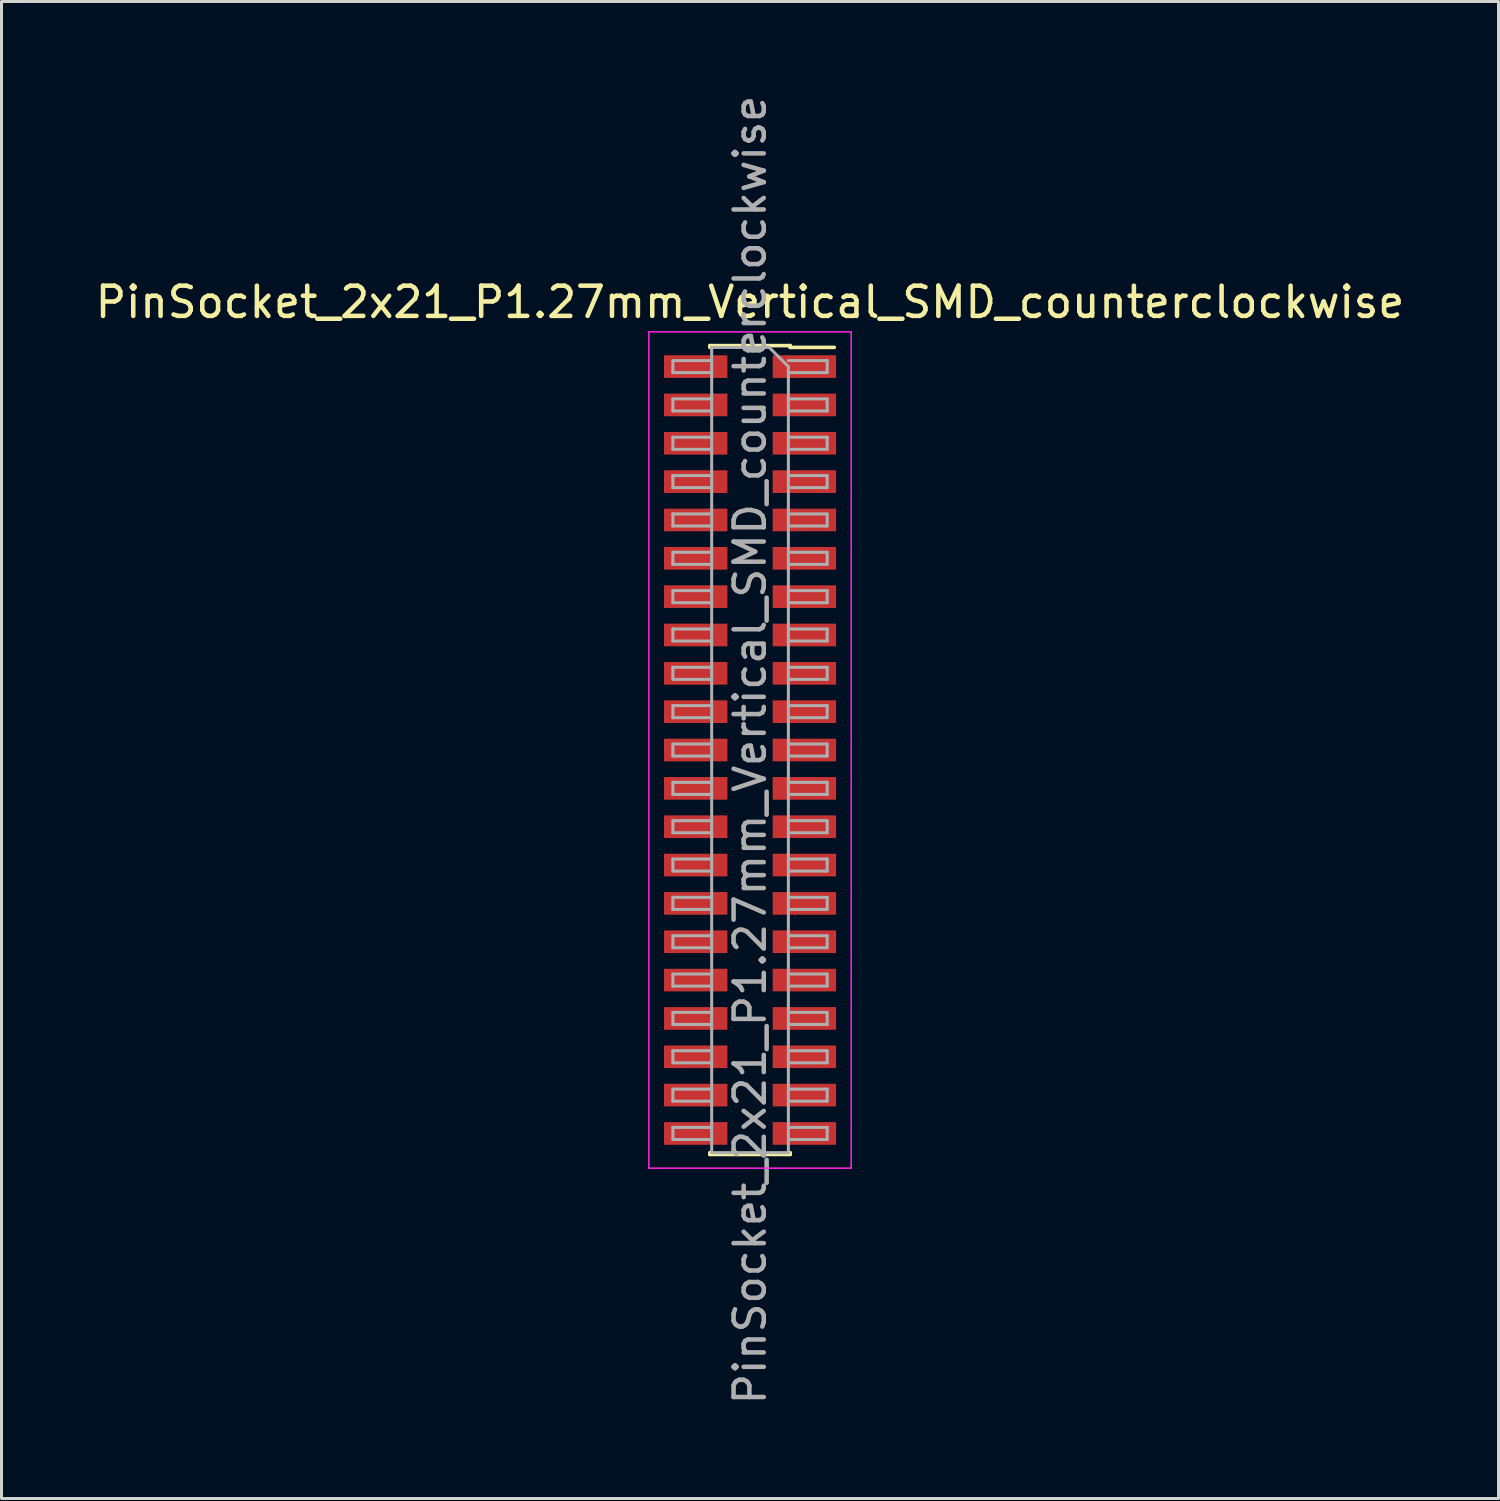
<source format=kicad_pcb>
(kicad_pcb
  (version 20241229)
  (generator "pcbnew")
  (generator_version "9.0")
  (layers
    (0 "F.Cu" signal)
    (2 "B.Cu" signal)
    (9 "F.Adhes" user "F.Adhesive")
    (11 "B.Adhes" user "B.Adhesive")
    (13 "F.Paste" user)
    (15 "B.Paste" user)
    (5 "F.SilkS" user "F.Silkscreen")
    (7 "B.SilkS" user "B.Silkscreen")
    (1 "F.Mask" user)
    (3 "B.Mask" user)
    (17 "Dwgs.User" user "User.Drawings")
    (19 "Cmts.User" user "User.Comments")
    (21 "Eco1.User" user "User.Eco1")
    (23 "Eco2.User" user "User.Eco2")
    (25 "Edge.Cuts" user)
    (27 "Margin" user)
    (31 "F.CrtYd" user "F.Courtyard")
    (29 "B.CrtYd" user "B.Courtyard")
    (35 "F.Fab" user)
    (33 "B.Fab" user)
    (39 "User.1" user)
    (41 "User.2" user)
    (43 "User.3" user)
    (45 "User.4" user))
  (footprint "PinSocket_2x21_P1.27mm_Vertical_SMD_counterclockwise"
    (layer "F.Cu")
    (at 21.792 21.792)
    (property "Reference" "PinSocket_2x21_P1.27mm_Vertical_SMD_counterclockwise" (at 0 -14.835 0) (layer "F.SilkS") (effects (font (size 1 1) (thickness 0.15))))
    (attr smd)
    (fp_line (start -1.33 -13.395) (end -1.33 -13.335) (stroke (width 0.12) (type solid)) (layer "F.SilkS"))
    (fp_line (start -1.33 -13.395) (end 1.33 -13.395) (stroke (width 0.12) (type solid)) (layer "F.SilkS"))
    (fp_line (start -1.33 13.335) (end -1.33 13.395) (stroke (width 0.12) (type solid)) (layer "F.SilkS"))
    (fp_line (start -1.33 13.395) (end 1.33 13.395) (stroke (width 0.12) (type solid)) (layer "F.SilkS"))
    (fp_line (start 1.33 -13.395) (end 1.33 -13.335) (stroke (width 0.12) (type solid)) (layer "F.SilkS"))
    (fp_line (start 1.33 -13.335) (end 2.79 -13.335) (stroke (width 0.12) (type solid)) (layer "F.SilkS"))
    (fp_line (start 1.33 13.335) (end 1.33 13.395) (stroke (width 0.12) (type solid)) (layer "F.SilkS"))
    (fp_line (start -3.35 -13.85) (end 3.35 -13.85) (stroke (width 0.05) (type solid)) (layer "F.CrtYd"))
    (fp_line (start -3.35 13.85) (end -3.35 -13.85) (stroke (width 0.05) (type solid)) (layer "F.CrtYd"))
    (fp_line (start 3.35 -13.85) (end 3.35 13.85) (stroke (width 0.05) (type solid)) (layer "F.CrtYd"))
    (fp_line (start 3.35 13.85) (end -3.35 13.85) (stroke (width 0.05) (type solid)) (layer "F.CrtYd"))
    (fp_line (start -2.555 -12.9) (end -1.27 -12.9) (stroke (width 0.1) (type solid)) (layer "F.Fab"))
    (fp_line (start -2.555 -12.5) (end -2.555 -12.9) (stroke (width 0.1) (type solid)) (layer "F.Fab"))
    (fp_line (start -2.555 -11.63) (end -1.27 -11.63) (stroke (width 0.1) (type solid)) (layer "F.Fab"))
    (fp_line (start -2.555 -11.23) (end -2.555 -11.63) (stroke (width 0.1) (type solid)) (layer "F.Fab"))
    (fp_line (start -2.555 -10.36) (end -1.27 -10.36) (stroke (width 0.1) (type solid)) (layer "F.Fab"))
    (fp_line (start -2.555 -9.96) (end -2.555 -10.36) (stroke (width 0.1) (type solid)) (layer "F.Fab"))
    (fp_line (start -2.555 -9.09) (end -1.27 -9.09) (stroke (width 0.1) (type solid)) (layer "F.Fab"))
    (fp_line (start -2.555 -8.69) (end -2.555 -9.09) (stroke (width 0.1) (type solid)) (layer "F.Fab"))
    (fp_line (start -2.555 -7.82) (end -1.27 -7.82) (stroke (width 0.1) (type solid)) (layer "F.Fab"))
    (fp_line (start -2.555 -7.42) (end -2.555 -7.82) (stroke (width 0.1) (type solid)) (layer "F.Fab"))
    (fp_line (start -2.555 -6.55) (end -1.27 -6.55) (stroke (width 0.1) (type solid)) (layer "F.Fab"))
    (fp_line (start -2.555 -6.15) (end -2.555 -6.55) (stroke (width 0.1) (type solid)) (layer "F.Fab"))
    (fp_line (start -2.555 -5.28) (end -1.27 -5.28) (stroke (width 0.1) (type solid)) (layer "F.Fab"))
    (fp_line (start -2.555 -4.88) (end -2.555 -5.28) (stroke (width 0.1) (type solid)) (layer "F.Fab"))
    (fp_line (start -2.555 -4.01) (end -1.27 -4.01) (stroke (width 0.1) (type solid)) (layer "F.Fab"))
    (fp_line (start -2.555 -3.61) (end -2.555 -4.01) (stroke (width 0.1) (type solid)) (layer "F.Fab"))
    (fp_line (start -2.555 -2.74) (end -1.27 -2.74) (stroke (width 0.1) (type solid)) (layer "F.Fab"))
    (fp_line (start -2.555 -2.34) (end -2.555 -2.74) (stroke (width 0.1) (type solid)) (layer "F.Fab"))
    (fp_line (start -2.555 -1.47) (end -1.27 -1.47) (stroke (width 0.1) (type solid)) (layer "F.Fab"))
    (fp_line (start -2.555 -1.07) (end -2.555 -1.47) (stroke (width 0.1) (type solid)) (layer "F.Fab"))
    (fp_line (start -2.555 -0.2) (end -1.27 -0.2) (stroke (width 0.1) (type solid)) (layer "F.Fab"))
    (fp_line (start -2.555 0.2) (end -2.555 -0.2) (stroke (width 0.1) (type solid)) (layer "F.Fab"))
    (fp_line (start -2.555 1.07) (end -1.27 1.07) (stroke (width 0.1) (type solid)) (layer "F.Fab"))
    (fp_line (start -2.555 1.47) (end -2.555 1.07) (stroke (width 0.1) (type solid)) (layer "F.Fab"))
    (fp_line (start -2.555 2.34) (end -1.27 2.34) (stroke (width 0.1) (type solid)) (layer "F.Fab"))
    (fp_line (start -2.555 2.74) (end -2.555 2.34) (stroke (width 0.1) (type solid)) (layer "F.Fab"))
    (fp_line (start -2.555 3.61) (end -1.27 3.61) (stroke (width 0.1) (type solid)) (layer "F.Fab"))
    (fp_line (start -2.555 4.01) (end -2.555 3.61) (stroke (width 0.1) (type solid)) (layer "F.Fab"))
    (fp_line (start -2.555 4.88) (end -1.27 4.88) (stroke (width 0.1) (type solid)) (layer "F.Fab"))
    (fp_line (start -2.555 5.28) (end -2.555 4.88) (stroke (width 0.1) (type solid)) (layer "F.Fab"))
    (fp_line (start -2.555 6.15) (end -1.27 6.15) (stroke (width 0.1) (type solid)) (layer "F.Fab"))
    (fp_line (start -2.555 6.55) (end -2.555 6.15) (stroke (width 0.1) (type solid)) (layer "F.Fab"))
    (fp_line (start -2.555 7.42) (end -1.27 7.42) (stroke (width 0.1) (type solid)) (layer "F.Fab"))
    (fp_line (start -2.555 7.82) (end -2.555 7.42) (stroke (width 0.1) (type solid)) (layer "F.Fab"))
    (fp_line (start -2.555 8.69) (end -1.27 8.69) (stroke (width 0.1) (type solid)) (layer "F.Fab"))
    (fp_line (start -2.555 9.09) (end -2.555 8.69) (stroke (width 0.1) (type solid)) (layer "F.Fab"))
    (fp_line (start -2.555 9.96) (end -1.27 9.96) (stroke (width 0.1) (type solid)) (layer "F.Fab"))
    (fp_line (start -2.555 10.36) (end -2.555 9.96) (stroke (width 0.1) (type solid)) (layer "F.Fab"))
    (fp_line (start -2.555 11.23) (end -1.27 11.23) (stroke (width 0.1) (type solid)) (layer "F.Fab"))
    (fp_line (start -2.555 11.63) (end -2.555 11.23) (stroke (width 0.1) (type solid)) (layer "F.Fab"))
    (fp_line (start -2.555 12.5) (end -1.27 12.5) (stroke (width 0.1) (type solid)) (layer "F.Fab"))
    (fp_line (start -2.555 12.9) (end -2.555 12.5) (stroke (width 0.1) (type solid)) (layer "F.Fab"))
    (fp_line (start -1.27 -13.335) (end 0.635 -13.335) (stroke (width 0.1) (type solid)) (layer "F.Fab"))
    (fp_line (start -1.27 -12.5) (end -2.555 -12.5) (stroke (width 0.1) (type solid)) (layer "F.Fab"))
    (fp_line (start -1.27 -11.23) (end -2.555 -11.23) (stroke (width 0.1) (type solid)) (layer "F.Fab"))
    (fp_line (start -1.27 -9.96) (end -2.555 -9.96) (stroke (width 0.1) (type solid)) (layer "F.Fab"))
    (fp_line (start -1.27 -8.69) (end -2.555 -8.69) (stroke (width 0.1) (type solid)) (layer "F.Fab"))
    (fp_line (start -1.27 -7.42) (end -2.555 -7.42) (stroke (width 0.1) (type solid)) (layer "F.Fab"))
    (fp_line (start -1.27 -6.15) (end -2.555 -6.15) (stroke (width 0.1) (type solid)) (layer "F.Fab"))
    (fp_line (start -1.27 -4.88) (end -2.555 -4.88) (stroke (width 0.1) (type solid)) (layer "F.Fab"))
    (fp_line (start -1.27 -3.61) (end -2.555 -3.61) (stroke (width 0.1) (type solid)) (layer "F.Fab"))
    (fp_line (start -1.27 -2.34) (end -2.555 -2.34) (stroke (width 0.1) (type solid)) (layer "F.Fab"))
    (fp_line (start -1.27 -1.07) (end -2.555 -1.07) (stroke (width 0.1) (type solid)) (layer "F.Fab"))
    (fp_line (start -1.27 0.2) (end -2.555 0.2) (stroke (width 0.1) (type solid)) (layer "F.Fab"))
    (fp_line (start -1.27 1.47) (end -2.555 1.47) (stroke (width 0.1) (type solid)) (layer "F.Fab"))
    (fp_line (start -1.27 2.74) (end -2.555 2.74) (stroke (width 0.1) (type solid)) (layer "F.Fab"))
    (fp_line (start -1.27 4.01) (end -2.555 4.01) (stroke (width 0.1) (type solid)) (layer "F.Fab"))
    (fp_line (start -1.27 5.28) (end -2.555 5.28) (stroke (width 0.1) (type solid)) (layer "F.Fab"))
    (fp_line (start -1.27 6.55) (end -2.555 6.55) (stroke (width 0.1) (type solid)) (layer "F.Fab"))
    (fp_line (start -1.27 7.82) (end -2.555 7.82) (stroke (width 0.1) (type solid)) (layer "F.Fab"))
    (fp_line (start -1.27 9.09) (end -2.555 9.09) (stroke (width 0.1) (type solid)) (layer "F.Fab"))
    (fp_line (start -1.27 10.36) (end -2.555 10.36) (stroke (width 0.1) (type solid)) (layer "F.Fab"))
    (fp_line (start -1.27 11.63) (end -2.555 11.63) (stroke (width 0.1) (type solid)) (layer "F.Fab"))
    (fp_line (start -1.27 12.9) (end -2.555 12.9) (stroke (width 0.1) (type solid)) (layer "F.Fab"))
    (fp_line (start -1.27 13.335) (end -1.27 -13.335) (stroke (width 0.1) (type solid)) (layer "F.Fab"))
    (fp_line (start 0.635 -13.335) (end 1.27 -12.7) (stroke (width 0.1) (type solid)) (layer "F.Fab"))
    (fp_line (start 1.27 -12.9) (end 2.555 -12.9) (stroke (width 0.1) (type solid)) (layer "F.Fab"))
    (fp_line (start 1.27 -12.7) (end 1.27 13.335) (stroke (width 0.1) (type solid)) (layer "F.Fab"))
    (fp_line (start 1.27 -11.63) (end 2.555 -11.63) (stroke (width 0.1) (type solid)) (layer "F.Fab"))
    (fp_line (start 1.27 -10.36) (end 2.555 -10.36) (stroke (width 0.1) (type solid)) (layer "F.Fab"))
    (fp_line (start 1.27 -9.09) (end 2.555 -9.09) (stroke (width 0.1) (type solid)) (layer "F.Fab"))
    (fp_line (start 1.27 -7.82) (end 2.555 -7.82) (stroke (width 0.1) (type solid)) (layer "F.Fab"))
    (fp_line (start 1.27 -6.55) (end 2.555 -6.55) (stroke (width 0.1) (type solid)) (layer "F.Fab"))
    (fp_line (start 1.27 -5.28) (end 2.555 -5.28) (stroke (width 0.1) (type solid)) (layer "F.Fab"))
    (fp_line (start 1.27 -4.01) (end 2.555 -4.01) (stroke (width 0.1) (type solid)) (layer "F.Fab"))
    (fp_line (start 1.27 -2.74) (end 2.555 -2.74) (stroke (width 0.1) (type solid)) (layer "F.Fab"))
    (fp_line (start 1.27 -1.47) (end 2.555 -1.47) (stroke (width 0.1) (type solid)) (layer "F.Fab"))
    (fp_line (start 1.27 -0.2) (end 2.555 -0.2) (stroke (width 0.1) (type solid)) (layer "F.Fab"))
    (fp_line (start 1.27 1.07) (end 2.555 1.07) (stroke (width 0.1) (type solid)) (layer "F.Fab"))
    (fp_line (start 1.27 2.34) (end 2.555 2.34) (stroke (width 0.1) (type solid)) (layer "F.Fab"))
    (fp_line (start 1.27 3.61) (end 2.555 3.61) (stroke (width 0.1) (type solid)) (layer "F.Fab"))
    (fp_line (start 1.27 4.88) (end 2.555 4.88) (stroke (width 0.1) (type solid)) (layer "F.Fab"))
    (fp_line (start 1.27 6.15) (end 2.555 6.15) (stroke (width 0.1) (type solid)) (layer "F.Fab"))
    (fp_line (start 1.27 7.42) (end 2.555 7.42) (stroke (width 0.1) (type solid)) (layer "F.Fab"))
    (fp_line (start 1.27 8.69) (end 2.555 8.69) (stroke (width 0.1) (type solid)) (layer "F.Fab"))
    (fp_line (start 1.27 9.96) (end 2.555 9.96) (stroke (width 0.1) (type solid)) (layer "F.Fab"))
    (fp_line (start 1.27 11.23) (end 2.555 11.23) (stroke (width 0.1) (type solid)) (layer "F.Fab"))
    (fp_line (start 1.27 12.5) (end 2.555 12.5) (stroke (width 0.1) (type solid)) (layer "F.Fab"))
    (fp_line (start 1.27 13.335) (end -1.27 13.335) (stroke (width 0.1) (type solid)) (layer "F.Fab"))
    (fp_line (start 2.555 -12.9) (end 2.555 -12.5) (stroke (width 0.1) (type solid)) (layer "F.Fab"))
    (fp_line (start 2.555 -12.5) (end 1.27 -12.5) (stroke (width 0.1) (type solid)) (layer "F.Fab"))
    (fp_line (start 2.555 -11.63) (end 2.555 -11.23) (stroke (width 0.1) (type solid)) (layer "F.Fab"))
    (fp_line (start 2.555 -11.23) (end 1.27 -11.23) (stroke (width 0.1) (type solid)) (layer "F.Fab"))
    (fp_line (start 2.555 -10.36) (end 2.555 -9.96) (stroke (width 0.1) (type solid)) (layer "F.Fab"))
    (fp_line (start 2.555 -9.96) (end 1.27 -9.96) (stroke (width 0.1) (type solid)) (layer "F.Fab"))
    (fp_line (start 2.555 -9.09) (end 2.555 -8.69) (stroke (width 0.1) (type solid)) (layer "F.Fab"))
    (fp_line (start 2.555 -8.69) (end 1.27 -8.69) (stroke (width 0.1) (type solid)) (layer "F.Fab"))
    (fp_line (start 2.555 -7.82) (end 2.555 -7.42) (stroke (width 0.1) (type solid)) (layer "F.Fab"))
    (fp_line (start 2.555 -7.42) (end 1.27 -7.42) (stroke (width 0.1) (type solid)) (layer "F.Fab"))
    (fp_line (start 2.555 -6.55) (end 2.555 -6.15) (stroke (width 0.1) (type solid)) (layer "F.Fab"))
    (fp_line (start 2.555 -6.15) (end 1.27 -6.15) (stroke (width 0.1) (type solid)) (layer "F.Fab"))
    (fp_line (start 2.555 -5.28) (end 2.555 -4.88) (stroke (width 0.1) (type solid)) (layer "F.Fab"))
    (fp_line (start 2.555 -4.88) (end 1.27 -4.88) (stroke (width 0.1) (type solid)) (layer "F.Fab"))
    (fp_line (start 2.555 -4.01) (end 2.555 -3.61) (stroke (width 0.1) (type solid)) (layer "F.Fab"))
    (fp_line (start 2.555 -3.61) (end 1.27 -3.61) (stroke (width 0.1) (type solid)) (layer "F.Fab"))
    (fp_line (start 2.555 -2.74) (end 2.555 -2.34) (stroke (width 0.1) (type solid)) (layer "F.Fab"))
    (fp_line (start 2.555 -2.34) (end 1.27 -2.34) (stroke (width 0.1) (type solid)) (layer "F.Fab"))
    (fp_line (start 2.555 -1.47) (end 2.555 -1.07) (stroke (width 0.1) (type solid)) (layer "F.Fab"))
    (fp_line (start 2.555 -1.07) (end 1.27 -1.07) (stroke (width 0.1) (type solid)) (layer "F.Fab"))
    (fp_line (start 2.555 -0.2) (end 2.555 0.2) (stroke (width 0.1) (type solid)) (layer "F.Fab"))
    (fp_line (start 2.555 0.2) (end 1.27 0.2) (stroke (width 0.1) (type solid)) (layer "F.Fab"))
    (fp_line (start 2.555 1.07) (end 2.555 1.47) (stroke (width 0.1) (type solid)) (layer "F.Fab"))
    (fp_line (start 2.555 1.47) (end 1.27 1.47) (stroke (width 0.1) (type solid)) (layer "F.Fab"))
    (fp_line (start 2.555 2.34) (end 2.555 2.74) (stroke (width 0.1) (type solid)) (layer "F.Fab"))
    (fp_line (start 2.555 2.74) (end 1.27 2.74) (stroke (width 0.1) (type solid)) (layer "F.Fab"))
    (fp_line (start 2.555 3.61) (end 2.555 4.01) (stroke (width 0.1) (type solid)) (layer "F.Fab"))
    (fp_line (start 2.555 4.01) (end 1.27 4.01) (stroke (width 0.1) (type solid)) (layer "F.Fab"))
    (fp_line (start 2.555 4.88) (end 2.555 5.28) (stroke (width 0.1) (type solid)) (layer "F.Fab"))
    (fp_line (start 2.555 5.28) (end 1.27 5.28) (stroke (width 0.1) (type solid)) (layer "F.Fab"))
    (fp_line (start 2.555 6.15) (end 2.555 6.55) (stroke (width 0.1) (type solid)) (layer "F.Fab"))
    (fp_line (start 2.555 6.55) (end 1.27 6.55) (stroke (width 0.1) (type solid)) (layer "F.Fab"))
    (fp_line (start 2.555 7.42) (end 2.555 7.82) (stroke (width 0.1) (type solid)) (layer "F.Fab"))
    (fp_line (start 2.555 7.82) (end 1.27 7.82) (stroke (width 0.1) (type solid)) (layer "F.Fab"))
    (fp_line (start 2.555 8.69) (end 2.555 9.09) (stroke (width 0.1) (type solid)) (layer "F.Fab"))
    (fp_line (start 2.555 9.09) (end 1.27 9.09) (stroke (width 0.1) (type solid)) (layer "F.Fab"))
    (fp_line (start 2.555 9.96) (end 2.555 10.36) (stroke (width 0.1) (type solid)) (layer "F.Fab"))
    (fp_line (start 2.555 10.36) (end 1.27 10.36) (stroke (width 0.1) (type solid)) (layer "F.Fab"))
    (fp_line (start 2.555 11.23) (end 2.555 11.63) (stroke (width 0.1) (type solid)) (layer "F.Fab"))
    (fp_line (start 2.555 11.63) (end 1.27 11.63) (stroke (width 0.1) (type solid)) (layer "F.Fab"))
    (fp_line (start 2.555 12.5) (end 2.555 12.9) (stroke (width 0.1) (type solid)) (layer "F.Fab"))
    (fp_line (start 2.555 12.9) (end 1.27 12.9) (stroke (width 0.1) (type solid)) (layer "F.Fab"))
    (fp_text user "${REFERENCE}" (at 0 0 90) (layer "F.Fab") (effects (font (size 1 1) (thickness 0.15))))
    (pad "1" smd rect (at -1.8 -12.7) (size 2.1 0.75) (layers "F.Cu" "F.Mask" "F.Paste"))
    (pad "2" smd rect (at -1.8 -11.43) (size 2.1 0.75) (layers "F.Cu" "F.Mask" "F.Paste"))
    (pad "3" smd rect (at -1.8 -10.16) (size 2.1 0.75) (layers "F.Cu" "F.Mask" "F.Paste"))
    (pad "4" smd rect (at -1.8 -8.89) (size 2.1 0.75) (layers "F.Cu" "F.Mask" "F.Paste"))
    (pad "5" smd rect (at -1.8 -7.62) (size 2.1 0.75) (layers "F.Cu" "F.Mask" "F.Paste"))
    (pad "6" smd rect (at -1.8 -6.35) (size 2.1 0.75) (layers "F.Cu" "F.Mask" "F.Paste"))
    (pad "7" smd rect (at -1.8 -5.08) (size 2.1 0.75) (layers "F.Cu" "F.Mask" "F.Paste"))
    (pad "8" smd rect (at -1.8 -3.81) (size 2.1 0.75) (layers "F.Cu" "F.Mask" "F.Paste"))
    (pad "9" smd rect (at -1.8 -2.54) (size 2.1 0.75) (layers "F.Cu" "F.Mask" "F.Paste"))
    (pad "10" smd rect (at -1.8 -1.27) (size 2.1 0.75) (layers "F.Cu" "F.Mask" "F.Paste"))
    (pad "11" smd rect (at -1.8 0) (size 2.1 0.75) (layers "F.Cu" "F.Mask" "F.Paste"))
    (pad "12" smd rect (at -1.8 1.27) (size 2.1 0.75) (layers "F.Cu" "F.Mask" "F.Paste"))
    (pad "13" smd rect (at -1.8 2.54) (size 2.1 0.75) (layers "F.Cu" "F.Mask" "F.Paste"))
    (pad "14" smd rect (at -1.8 3.81) (size 2.1 0.75) (layers "F.Cu" "F.Mask" "F.Paste"))
    (pad "15" smd rect (at -1.8 5.08) (size 2.1 0.75) (layers "F.Cu" "F.Mask" "F.Paste"))
    (pad "16" smd rect (at -1.8 6.35) (size 2.1 0.75) (layers "F.Cu" "F.Mask" "F.Paste"))
    (pad "17" smd rect (at -1.8 7.62) (size 2.1 0.75) (layers "F.Cu" "F.Mask" "F.Paste"))
    (pad "18" smd rect (at -1.8 8.89) (size 2.1 0.75) (layers "F.Cu" "F.Mask" "F.Paste"))
    (pad "19" smd rect (at -1.8 10.16) (size 2.1 0.75) (layers "F.Cu" "F.Mask" "F.Paste"))
    (pad "20" smd rect (at -1.8 11.43) (size 2.1 0.75) (layers "F.Cu" "F.Mask" "F.Paste"))
    (pad "21" smd rect (at -1.8 12.7) (size 2.1 0.75) (layers "F.Cu" "F.Mask" "F.Paste"))
    (pad "22" smd rect (at 1.8 12.7) (size 2.1 0.75) (layers "F.Cu" "F.Mask" "F.Paste"))
    (pad "23" smd rect (at 1.8 11.43) (size 2.1 0.75) (layers "F.Cu" "F.Mask" "F.Paste"))
    (pad "24" smd rect (at 1.8 10.16) (size 2.1 0.75) (layers "F.Cu" "F.Mask" "F.Paste"))
    (pad "25" smd rect (at 1.8 8.89) (size 2.1 0.75) (layers "F.Cu" "F.Mask" "F.Paste"))
    (pad "26" smd rect (at 1.8 7.62) (size 2.1 0.75) (layers "F.Cu" "F.Mask" "F.Paste"))
    (pad "27" smd rect (at 1.8 6.35) (size 2.1 0.75) (layers "F.Cu" "F.Mask" "F.Paste"))
    (pad "28" smd rect (at 1.8 5.08) (size 2.1 0.75) (layers "F.Cu" "F.Mask" "F.Paste"))
    (pad "29" smd rect (at 1.8 3.81) (size 2.1 0.75) (layers "F.Cu" "F.Mask" "F.Paste"))
    (pad "30" smd rect (at 1.8 2.54) (size 2.1 0.75) (layers "F.Cu" "F.Mask" "F.Paste"))
    (pad "31" smd rect (at 1.8 1.27) (size 2.1 0.75) (layers "F.Cu" "F.Mask" "F.Paste"))
    (pad "32" smd rect (at 1.8 0) (size 2.1 0.75) (layers "F.Cu" "F.Mask" "F.Paste"))
    (pad "33" smd rect (at 1.8 -1.27) (size 2.1 0.75) (layers "F.Cu" "F.Mask" "F.Paste"))
    (pad "34" smd rect (at 1.8 -2.54) (size 2.1 0.75) (layers "F.Cu" "F.Mask" "F.Paste"))
    (pad "35" smd rect (at 1.8 -3.81) (size 2.1 0.75) (layers "F.Cu" "F.Mask" "F.Paste"))
    (pad "36" smd rect (at 1.8 -5.08) (size 2.1 0.75) (layers "F.Cu" "F.Mask" "F.Paste"))
    (pad "37" smd rect (at 1.8 -6.35) (size 2.1 0.75) (layers "F.Cu" "F.Mask" "F.Paste"))
    (pad "38" smd rect (at 1.8 -7.62) (size 2.1 0.75) (layers "F.Cu" "F.Mask" "F.Paste"))
    (pad "39" smd rect (at 1.8 -8.89) (size 2.1 0.75) (layers "F.Cu" "F.Mask" "F.Paste"))
    (pad "40" smd rect (at 1.8 -10.16) (size 2.1 0.75) (layers "F.Cu" "F.Mask" "F.Paste"))
    (pad "41" smd rect (at 1.8 -11.43) (size 2.1 0.75) (layers "F.Cu" "F.Mask" "F.Paste"))
    (pad "42" smd rect (at 1.8 -12.7) (size 2.1 0.75) (layers "F.Cu" "F.Mask" "F.Paste")))
  (gr_rect
    (start -3 -3)
    (end 46.583 46.583)
    (stroke (width 0.1) (type default))
    (fill no)
    (layer "Edge.Cuts")))
</source>
